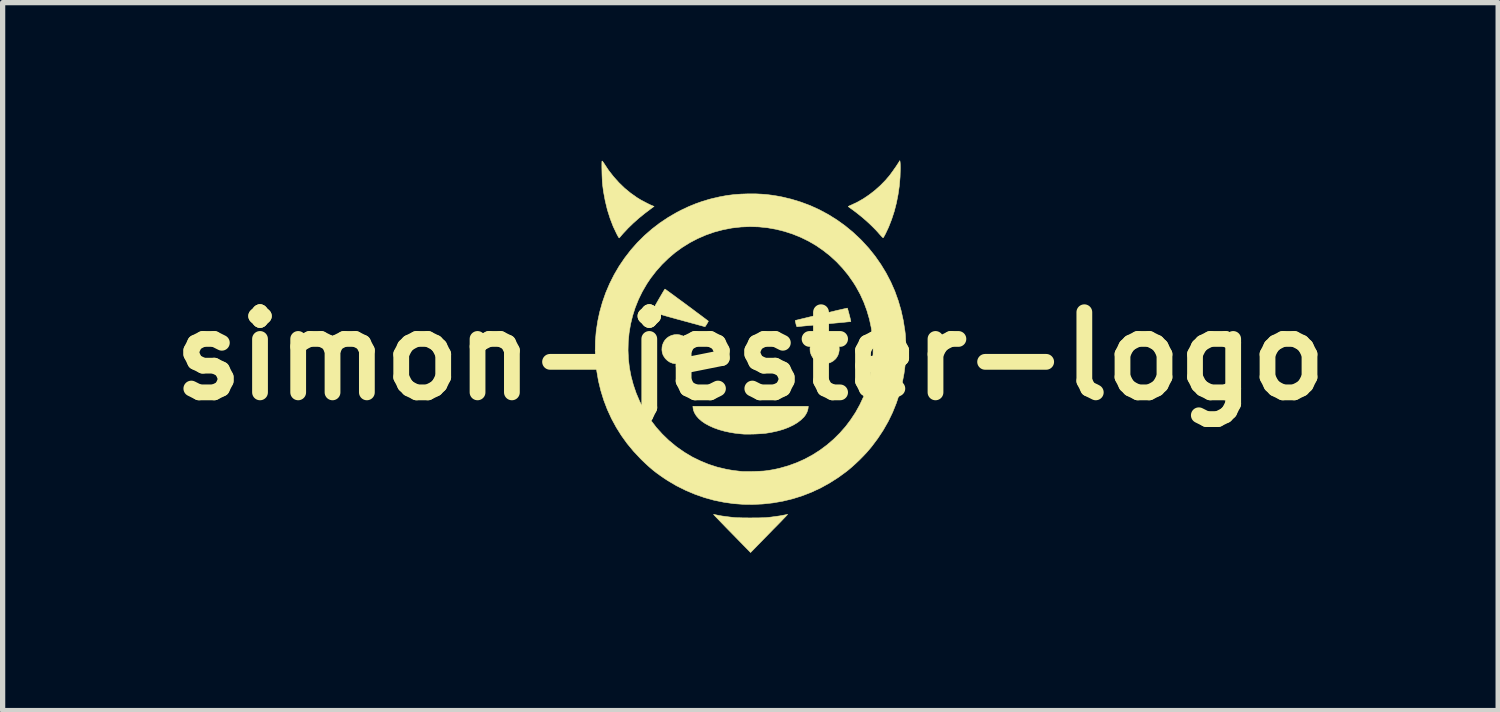
<source format=kicad_pcb>
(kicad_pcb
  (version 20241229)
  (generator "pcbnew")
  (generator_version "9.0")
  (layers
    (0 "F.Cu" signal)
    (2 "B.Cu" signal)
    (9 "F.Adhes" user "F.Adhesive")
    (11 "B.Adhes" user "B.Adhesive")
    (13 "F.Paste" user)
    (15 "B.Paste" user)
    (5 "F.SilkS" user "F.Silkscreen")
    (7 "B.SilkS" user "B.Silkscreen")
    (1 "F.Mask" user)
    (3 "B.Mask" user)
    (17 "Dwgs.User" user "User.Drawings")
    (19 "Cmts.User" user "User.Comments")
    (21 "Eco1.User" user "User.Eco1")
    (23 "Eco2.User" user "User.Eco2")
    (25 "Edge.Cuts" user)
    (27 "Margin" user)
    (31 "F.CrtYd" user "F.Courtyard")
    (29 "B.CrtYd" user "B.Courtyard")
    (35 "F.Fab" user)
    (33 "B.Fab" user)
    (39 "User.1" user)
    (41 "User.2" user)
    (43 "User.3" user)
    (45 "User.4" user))
  (footprint "simon-jester-logo"
    (layer "F.Cu")
    (at 11.22 3.722)
    (property "Reference" "simon-jester-logo" (at 0 0 0) (layer "F.SilkS") (effects (font (size 1.524 1.524) (thickness 0.3))))
    (attr through_hole)
    (fp_poly (pts (xy 1.479 -0.403) (xy 1.534 -0.383) (xy 1.534 -0.383) (xy 1.583 -0.353) (xy 1.623 -0.314) (xy 1.653 -0.27) (xy 1.675 -0.221) (xy 1.687 -0.169) (xy 1.689 -0.115) (xy 1.68 -0.062) (xy 1.662 -0.011) (xy 1.632 0.037) (xy 1.618 0.054) (xy 1.575 0.092) (xy 1.526 0.12) (xy 1.474 0.138) (xy 1.418 0.146) (xy 1.363 0.142) (xy 1.332 0.134) (xy 1.277 0.11) (xy 1.229 0.076) (xy 1.189 0.034) (xy 1.159 -0.016) (xy 1.14 -0.072) (xy 1.136 -0.09) (xy 1.133 -0.148) (xy 1.142 -0.203) (xy 1.162 -0.256) (xy 1.195 -0.304) (xy 1.216 -0.327) (xy 1.262 -0.365) (xy 1.313 -0.392) (xy 1.367 -0.407) (xy 1.423 -0.411) (xy 1.479 -0.403)) (stroke (width 0.01) (type solid)) (fill yes) (layer "F.SilkS"))
    (fp_poly (pts (xy -1.343 -0.404) (xy -1.293 -0.388) (xy -1.246 -0.361) (xy -1.204 -0.324) (xy -1.167 -0.275) (xy -1.142 -0.223) (xy -1.129 -0.167) (xy -1.128 -0.111) (xy -1.139 -0.053) (xy -1.156 -0.009) (xy -1.176 0.024) (xy -1.205 0.058) (xy -1.237 0.088) (xy -1.27 0.111) (xy -1.277 0.114) (xy -1.332 0.136) (xy -1.39 0.145) (xy -1.448 0.142) (xy -1.48 0.136) (xy -1.531 0.116) (xy -1.578 0.085) (xy -1.619 0.045) (xy -1.651 -0.003) (xy -1.66 -0.019) (xy -1.676 -0.066) (xy -1.683 -0.119) (xy -1.68 -0.173) (xy -1.673 -0.207) (xy -1.653 -0.26) (xy -1.624 -0.306) (xy -1.587 -0.344) (xy -1.544 -0.374) (xy -1.497 -0.395) (xy -1.446 -0.407) (xy -1.395 -0.411) (xy -1.343 -0.404)) (stroke (width 0.01) (type solid)) (fill yes) (layer "F.SilkS"))
    (fp_poly (pts (xy 1.097 0.991) (xy 1.089 1.029) (xy 1.073 1.072) (xy 1.05 1.114) (xy 1.023 1.151) (xy 1.021 1.154) (xy 0.962 1.212) (xy 0.893 1.265) (xy 0.812 1.313) (xy 0.721 1.356) (xy 0.62 1.394) (xy 0.51 1.425) (xy 0.391 1.451) (xy 0.286 1.468) (xy 0.254 1.471) (xy 0.213 1.474) (xy 0.165 1.477) (xy 0.114 1.48) (xy 0.061 1.482) (xy 0.009 1.483) (xy -0.039 1.484) (xy -0.082 1.484) (xy -0.117 1.483) (xy -0.137 1.482) (xy -0.191 1.477) (xy -0.236 1.472) (xy -0.273 1.468) (xy -0.305 1.464) (xy -0.334 1.459) (xy -0.364 1.454) (xy -0.384 1.451) (xy -0.495 1.427) (xy -0.599 1.398) (xy -0.694 1.364) (xy -0.781 1.325) (xy -0.859 1.283) (xy -0.927 1.236) (xy -0.984 1.186) (xy -1.03 1.133) (xy -1.064 1.077) (xy -1.065 1.075) (xy -1.083 1.028) (xy -1.09 0.991) (xy -1.094 0.953) (xy 1.1 0.953) (xy 1.097 0.991)) (stroke (width 0.01) (type solid)) (fill yes) (layer "F.SilkS"))
    (fp_poly (pts (xy -2.815 -3.707) (xy -2.805 -3.695) (xy -2.791 -3.676) (xy -2.781 -3.66) (xy -2.697 -3.533) (xy -2.603 -3.413) (xy -2.502 -3.3) (xy -2.395 -3.196) (xy -2.281 -3.102) (xy -2.163 -3.018) (xy -2.108 -2.984) (xy -2.076 -2.965) (xy -2.037 -2.945) (xy -1.996 -2.923) (xy -1.955 -2.902) (xy -1.917 -2.883) (xy -1.884 -2.868) (xy -1.859 -2.858) (xy -1.857 -2.857) (xy -1.832 -2.847) (xy -1.87 -2.82) (xy -2 -2.722) (xy -2.12 -2.625) (xy -2.229 -2.528) (xy -2.328 -2.432) (xy -2.415 -2.339) (xy -2.431 -2.321) (xy -2.452 -2.297) (xy -2.47 -2.275) (xy -2.484 -2.259) (xy -2.492 -2.25) (xy -2.492 -2.249) (xy -2.497 -2.249) (xy -2.503 -2.255) (xy -2.513 -2.27) (xy -2.526 -2.294) (xy -2.541 -2.322) (xy -2.61 -2.467) (xy -2.669 -2.621) (xy -2.72 -2.782) (xy -2.761 -2.952) (xy -2.794 -3.129) (xy -2.81 -3.251) (xy -2.813 -3.28) (xy -2.816 -3.316) (xy -2.818 -3.358) (xy -2.82 -3.403) (xy -2.822 -3.451) (xy -2.823 -3.499) (xy -2.824 -3.547) (xy -2.825 -3.591) (xy -2.825 -3.631) (xy -2.825 -3.665) (xy -2.824 -3.69) (xy -2.823 -3.706) (xy -2.821 -3.711) (xy -2.815 -3.707)) (stroke (width 0.01) (type solid)) (fill yes) (layer "F.SilkS"))
    (fp_poly (pts (xy 2.841 -3.716) (xy 2.844 -3.706) (xy 2.845 -3.699) (xy 2.847 -3.684) (xy 2.849 -3.659) (xy 2.85 -3.627) (xy 2.851 -3.591) (xy 2.851 -3.572) (xy 2.846 -3.406) (xy 2.832 -3.24) (xy 2.808 -3.074) (xy 2.776 -2.911) (xy 2.735 -2.752) (xy 2.685 -2.599) (xy 2.628 -2.453) (xy 2.569 -2.328) (xy 2.554 -2.3) (xy 2.541 -2.276) (xy 2.531 -2.259) (xy 2.524 -2.25) (xy 2.524 -2.25) (xy 2.518 -2.254) (xy 2.505 -2.266) (xy 2.488 -2.284) (xy 2.467 -2.307) (xy 2.457 -2.318) (xy 2.392 -2.391) (xy 2.317 -2.467) (xy 2.235 -2.545) (xy 2.149 -2.621) (xy 2.06 -2.694) (xy 1.972 -2.762) (xy 1.941 -2.785) (xy 1.913 -2.805) (xy 1.89 -2.822) (xy 1.872 -2.835) (xy 1.862 -2.843) (xy 1.861 -2.845) (xy 1.866 -2.849) (xy 1.88 -2.856) (xy 1.897 -2.864) (xy 2.017 -2.919) (xy 2.135 -2.985) (xy 2.251 -3.062) (xy 2.363 -3.148) (xy 2.469 -3.242) (xy 2.568 -3.343) (xy 2.646 -3.434) (xy 2.663 -3.457) (xy 2.684 -3.486) (xy 2.708 -3.518) (xy 2.732 -3.553) (xy 2.757 -3.588) (xy 2.78 -3.622) (xy 2.801 -3.654) (xy 2.818 -3.68) (xy 2.831 -3.701) (xy 2.838 -3.714) (xy 2.839 -3.717) (xy 2.841 -3.716)) (stroke (width 0.01) (type solid)) (fill yes) (layer "F.SilkS"))
    (fp_poly (pts (xy 0.704 3.014) (xy 0.692 3.027) (xy 0.674 3.047) (xy 0.649 3.073) (xy 0.618 3.105) (xy 0.583 3.142) (xy 0.543 3.183) (xy 0.5 3.227) (xy 0.488 3.239) (xy 0.438 3.289) (xy 0.387 3.342) (xy 0.335 3.395) (xy 0.284 3.447) (xy 0.236 3.496) (xy 0.192 3.541) (xy 0.155 3.579) (xy 0.133 3.601) (xy 0.003 3.735) (xy -0.35 3.374) (xy -0.405 3.318) (xy -0.458 3.264) (xy -0.507 3.213) (xy -0.552 3.167) (xy -0.592 3.125) (xy -0.627 3.089) (xy -0.656 3.059) (xy -0.679 3.035) (xy -0.694 3.019) (xy -0.701 3.012) (xy -0.701 3.011) (xy -0.695 3.011) (xy -0.679 3.014) (xy -0.657 3.018) (xy -0.656 3.018) (xy -0.601 3.03) (xy -0.535 3.041) (xy -0.461 3.051) (xy -0.382 3.061) (xy -0.318 3.068) (xy -0.286 3.071) (xy -0.243 3.073) (xy -0.192 3.074) (xy -0.134 3.076) (xy -0.072 3.076) (xy -0.008 3.077) (xy 0.057 3.076) (xy 0.12 3.076) (xy 0.179 3.075) (xy 0.233 3.073) (xy 0.279 3.072) (xy 0.314 3.069) (xy 0.324 3.068) (xy 0.383 3.062) (xy 0.443 3.054) (xy 0.503 3.046) (xy 0.558 3.038) (xy 0.607 3.029) (xy 0.644 3.022) (xy 0.67 3.017) (xy 0.691 3.013) (xy 0.704 3.01) (xy 0.707 3.01) (xy 0.704 3.014)) (stroke (width 0.01) (type solid)) (fill yes) (layer "F.SilkS"))
    (fp_poly (pts (xy 1.846 -0.907) (xy 1.851 -0.89) (xy 1.858 -0.866) (xy 1.867 -0.836) (xy 1.875 -0.803) (xy 1.884 -0.769) (xy 1.893 -0.735) (xy 1.9 -0.705) (xy 1.906 -0.681) (xy 1.909 -0.664) (xy 1.91 -0.657) (xy 1.91 -0.657) (xy 1.903 -0.656) (xy 1.885 -0.654) (xy 1.856 -0.652) (xy 1.818 -0.648) (xy 1.771 -0.643) (xy 1.715 -0.638) (xy 1.653 -0.632) (xy 1.586 -0.626) (xy 1.513 -0.619) (xy 1.436 -0.612) (xy 1.419 -0.61) (xy 1.341 -0.603) (xy 1.266 -0.596) (xy 1.196 -0.589) (xy 1.131 -0.583) (xy 1.072 -0.578) (xy 1.02 -0.573) (xy 0.977 -0.569) (xy 0.943 -0.565) (xy 0.92 -0.563) (xy 0.908 -0.562) (xy 0.907 -0.561) (xy 0.891 -0.56) (xy 0.881 -0.563) (xy 0.881 -0.563) (xy 0.877 -0.572) (xy 0.872 -0.589) (xy 0.866 -0.611) (xy 0.861 -0.634) (xy 0.856 -0.655) (xy 0.853 -0.67) (xy 0.853 -0.677) (xy 0.859 -0.679) (xy 0.877 -0.684) (xy 0.905 -0.691) (xy 0.942 -0.7) (xy 0.987 -0.711) (xy 1.038 -0.723) (xy 1.095 -0.737) (xy 1.157 -0.752) (xy 1.221 -0.767) (xy 1.288 -0.783) (xy 1.356 -0.8) (xy 1.424 -0.816) (xy 1.49 -0.831) (xy 1.554 -0.846) (xy 1.614 -0.861) (xy 1.67 -0.874) (xy 1.72 -0.885) (xy 1.763 -0.895) (xy 1.798 -0.903) (xy 1.824 -0.909) (xy 1.839 -0.912) (xy 1.843 -0.913) (xy 1.846 -0.907)) (stroke (width 0.01) (type solid)) (fill yes) (layer "F.SilkS"))
    (fp_poly (pts (xy -1.619 -1.271) (xy -1.603 -1.26) (xy -1.579 -1.242) (xy -1.548 -1.22) (xy -1.51 -1.192) (xy -1.467 -1.161) (xy -1.42 -1.126) (xy -1.369 -1.088) (xy -1.315 -1.049) (xy -1.259 -1.008) (xy -1.203 -0.966) (xy -1.147 -0.925) (xy -1.092 -0.884) (xy -1.039 -0.844) (xy -0.989 -0.807) (xy -0.943 -0.773) (xy -0.902 -0.742) (xy -0.866 -0.715) (xy -0.838 -0.694) (xy -0.816 -0.678) (xy -0.804 -0.668) (xy -0.8 -0.665) (xy -0.803 -0.657) (xy -0.811 -0.642) (xy -0.822 -0.623) (xy -0.834 -0.602) (xy -0.847 -0.583) (xy -0.857 -0.568) (xy -0.863 -0.56) (xy -0.864 -0.56) (xy -0.87 -0.561) (xy -0.888 -0.566) (xy -0.916 -0.574) (xy -0.954 -0.584) (xy -1 -0.597) (xy -1.054 -0.612) (xy -1.115 -0.628) (xy -1.182 -0.647) (xy -1.254 -0.666) (xy -1.329 -0.687) (xy -1.372 -0.698) (xy -1.454 -0.721) (xy -1.531 -0.742) (xy -1.602 -0.762) (xy -1.667 -0.781) (xy -1.724 -0.797) (xy -1.774 -0.811) (xy -1.814 -0.823) (xy -1.845 -0.833) (xy -1.865 -0.839) (xy -1.875 -0.843) (xy -1.875 -0.843) (xy -1.871 -0.852) (xy -1.862 -0.869) (xy -1.848 -0.894) (xy -1.831 -0.925) (xy -1.81 -0.962) (xy -1.788 -1.001) (xy -1.764 -1.043) (xy -1.74 -1.085) (xy -1.716 -1.126) (xy -1.693 -1.165) (xy -1.672 -1.201) (xy -1.654 -1.231) (xy -1.64 -1.254) (xy -1.63 -1.269) (xy -1.626 -1.275) (xy -1.626 -1.275) (xy -1.619 -1.271)) (stroke (width 0.01) (type solid)) (fill yes) (layer "F.SilkS"))
    (fp_poly (pts (xy 0.111 -3.085) (xy 0.211 -3.08) (xy 0.306 -3.073) (xy 0.4 -3.061) (xy 0.498 -3.046) (xy 0.591 -3.029) (xy 0.777 -2.985) (xy 0.96 -2.929) (xy 1.139 -2.862) (xy 1.312 -2.783) (xy 1.48 -2.693) (xy 1.642 -2.592) (xy 1.797 -2.481) (xy 1.946 -2.359) (xy 2.086 -2.228) (xy 2.118 -2.196) (xy 2.251 -2.051) (xy 2.372 -1.9) (xy 2.482 -1.742) (xy 2.581 -1.579) (xy 2.669 -1.41) (xy 2.746 -1.235) (xy 2.811 -1.054) (xy 2.865 -0.868) (xy 2.907 -0.677) (xy 2.938 -0.48) (xy 2.944 -0.431) (xy 2.948 -0.388) (xy 2.951 -0.335) (xy 2.953 -0.275) (xy 2.955 -0.21) (xy 2.956 -0.143) (xy 2.956 -0.076) (xy 2.955 -0.012) (xy 2.953 0.047) (xy 2.95 0.097) (xy 2.947 0.133) (xy 2.921 0.332) (xy 2.884 0.525) (xy 2.835 0.712) (xy 2.775 0.893) (xy 2.704 1.069) (xy 2.622 1.239) (xy 2.528 1.404) (xy 2.422 1.565) (xy 2.305 1.721) (xy 2.266 1.768) (xy 2.209 1.834) (xy 2.144 1.903) (xy 2.074 1.974) (xy 2 2.044) (xy 1.927 2.11) (xy 1.857 2.169) (xy 1.827 2.193) (xy 1.668 2.309) (xy 1.504 2.413) (xy 1.336 2.506) (xy 1.162 2.587) (xy 0.985 2.656) (xy 0.803 2.713) (xy 0.617 2.758) (xy 0.428 2.791) (xy 0.236 2.812) (xy 0.04 2.821) (xy -0.13 2.819) (xy -0.32 2.805) (xy -0.508 2.778) (xy -0.694 2.74) (xy -0.877 2.689) (xy -1.057 2.626) (xy -1.232 2.552) (xy -1.403 2.467) (xy -1.568 2.37) (xy -1.631 2.329) (xy -1.711 2.274) (xy -1.786 2.22) (xy -1.856 2.165) (xy -1.925 2.106) (xy -1.996 2.041) (xy -2.07 1.97) (xy -2.093 1.947) (xy -2.224 1.807) (xy -2.344 1.662) (xy -2.453 1.511) (xy -2.552 1.353) (xy -2.641 1.189) (xy -2.721 1.015) (xy -2.789 0.837) (xy -2.845 0.655) (xy -2.89 0.47) (xy -2.922 0.283) (xy -2.943 0.094) (xy -2.951 -0.096) (xy -2.951 -0.11) (xy -2.327 -0.11) (xy -2.32 0.055) (xy -2.301 0.22) (xy -2.27 0.383) (xy -2.227 0.544) (xy -2.173 0.703) (xy -2.107 0.858) (xy -2.071 0.93) (xy -1.986 1.081) (xy -1.892 1.223) (xy -1.789 1.358) (xy -1.675 1.484) (xy -1.552 1.603) (xy -1.418 1.714) (xy -1.386 1.738) (xy -1.247 1.834) (xy -1.102 1.92) (xy -0.95 1.994) (xy -0.794 2.058) (xy -0.634 2.11) (xy -0.47 2.149) (xy -0.406 2.161) (xy -0.366 2.168) (xy -0.328 2.174) (xy -0.289 2.179) (xy -0.246 2.184) (xy -0.196 2.19) (xy -0.162 2.193) (xy -0.14 2.195) (xy -0.108 2.195) (xy -0.068 2.195) (xy -0.022 2.195) (xy 0.028 2.194) (xy 0.079 2.193) (xy 0.13 2.191) (xy 0.178 2.189) (xy 0.22 2.187) (xy 0.255 2.185) (xy 0.28 2.182) (xy 0.283 2.182) (xy 0.355 2.172) (xy 0.42 2.161) (xy 0.481 2.149) (xy 0.544 2.135) (xy 0.564 2.13) (xy 0.725 2.084) (xy 0.883 2.026) (xy 1.035 1.958) (xy 1.181 1.879) (xy 1.321 1.79) (xy 1.454 1.691) (xy 1.58 1.583) (xy 1.698 1.466) (xy 1.808 1.342) (xy 1.908 1.209) (xy 2 1.07) (xy 2.081 0.924) (xy 2.152 0.772) (xy 2.207 0.625) (xy 2.257 0.462) (xy 2.294 0.296) (xy 2.319 0.129) (xy 2.332 -0.039) (xy 2.333 -0.207) (xy 2.322 -0.374) (xy 2.298 -0.539) (xy 2.263 -0.703) (xy 2.216 -0.864) (xy 2.158 -1.022) (xy 2.088 -1.176) (xy 2.006 -1.325) (xy 1.957 -1.403) (xy 1.859 -1.543) (xy 1.752 -1.673) (xy 1.637 -1.795) (xy 1.514 -1.908) (xy 1.384 -2.01) (xy 1.248 -2.104) (xy 1.105 -2.187) (xy 0.958 -2.259) (xy 0.805 -2.321) (xy 0.648 -2.372) (xy 0.488 -2.412) (xy 0.325 -2.441) (xy 0.159 -2.458) (xy -0.009 -2.463) (xy -0.178 -2.456) (xy -0.347 -2.437) (xy -0.359 -2.435) (xy -0.527 -2.402) (xy -0.691 -2.358) (xy -0.85 -2.302) (xy -1.004 -2.235) (xy -1.153 -2.157) (xy -1.296 -2.068) (xy -1.432 -1.97) (xy -1.56 -1.861) (xy -1.681 -1.743) (xy -1.794 -1.616) (xy -1.899 -1.48) (xy -1.97 -1.374) (xy -2.055 -1.228) (xy -2.129 -1.077) (xy -2.191 -0.922) (xy -2.241 -0.764) (xy -2.28 -0.603) (xy -2.307 -0.44) (xy -2.323 -0.275) (xy -2.327 -0.11) (xy -2.951 -0.11) (xy -2.948 -0.287) (xy -2.932 -0.477) (xy -2.903 -0.666) (xy -2.867 -0.835) (xy -2.815 -1.021) (xy -2.752 -1.202) (xy -2.677 -1.378) (xy -2.592 -1.547) (xy -2.496 -1.711) (xy -2.39 -1.867) (xy -2.275 -2.016) (xy -2.15 -2.158) (xy -2.016 -2.291) (xy -1.873 -2.416) (xy -1.722 -2.532) (xy -1.563 -2.638) (xy -1.396 -2.735) (xy -1.314 -2.777) (xy -1.179 -2.841) (xy -1.048 -2.895) (xy -0.916 -2.942) (xy -0.779 -2.983) (xy -0.724 -2.997) (xy -0.585 -3.029) (xy -0.45 -3.054) (xy -0.316 -3.071) (xy -0.179 -3.081) (xy -0.035 -3.086) (xy 0.003 -3.086) (xy 0.111 -3.085)) (stroke (width 0.01) (type solid)) (fill yes) (layer "F.SilkS")))
  (gr_rect
    (start -3 -3)
    (end 25.439 10.462)
    (stroke (width 0.1) (type default))
    (fill no)
    (layer "Edge.Cuts")))
</source>
